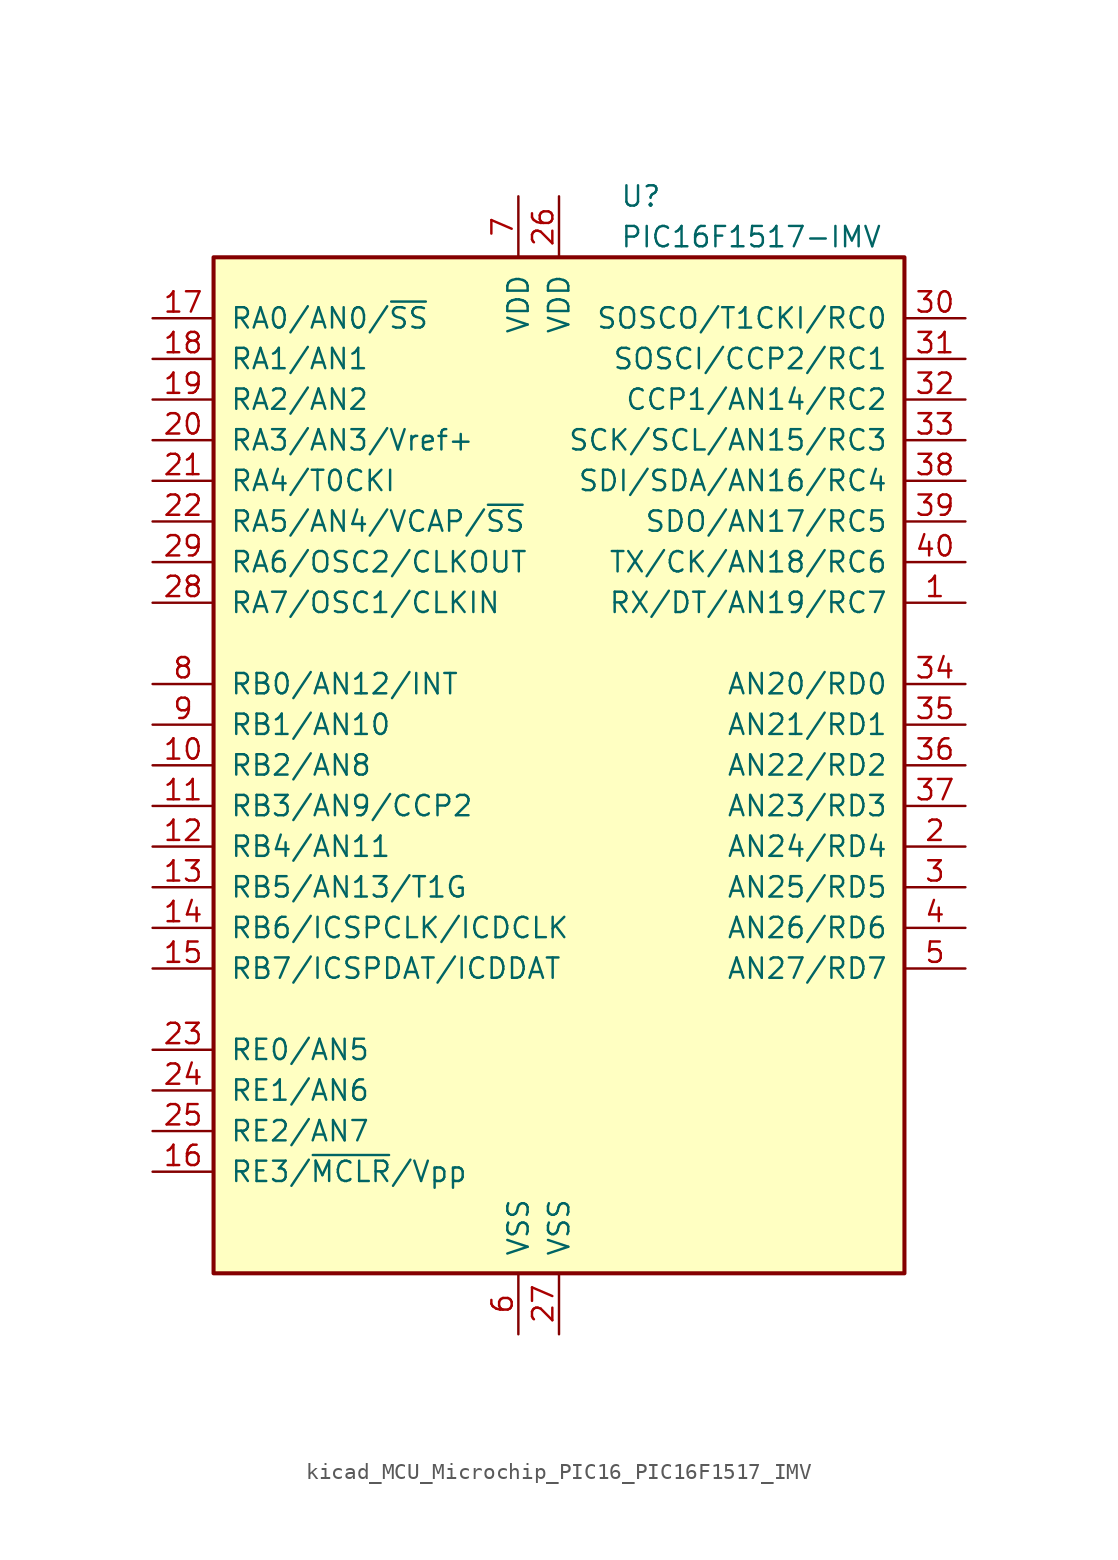
<source format=kicad_sym>
(kicad_symbol_lib
  (version 20220914)
  (generator kicad_symbol_editor)
  (symbol "kicad_MCU_Microchip_PIC16_PIC16F1517_IMV"
    (pin_names
      (offset 1.016))
    (property "Reference" "U"
      (at 3.81 35.56 0)
      (effects (font (size 1.27 1.27)) (justify left)))
    (property "Value" "PIC16F1517-IMV"
      (at 3.81 33.02 0)
      (effects (font (size 1.27 1.27)) (justify left)))
    (symbol "kicad_MCU_Microchip_PIC16_PIC16F1517_IMV_0_1"
      (rectangle (start -21.59 31.75) (end 21.59 -31.75) (stroke (width 0.254) (type default)) (fill (type background))))
    (symbol "kicad_MCU_Microchip_PIC16_PIC16F1517_IMV_1_1"
      (pin bidirectional line (at 25.4 10.16 180) (length 3.81) (name "RX/DT/AN19/RC7" (effects (font (size 1.27 1.27)))) (number "1" (effects (font (size 1.27 1.27)))))
      (pin bidirectional line (at -25.4 0 0) (length 3.81) (name "RB2/AN8" (effects (font (size 1.27 1.27)))) (number "10" (effects (font (size 1.27 1.27)))))
      (pin bidirectional line (at -25.4 -2.54 0) (length 3.81) (name "RB3/AN9/CCP2" (effects (font (size 1.27 1.27)))) (number "11" (effects (font (size 1.27 1.27)))))
      (pin bidirectional line (at -25.4 -5.08 0) (length 3.81) (name "RB4/AN11" (effects (font (size 1.27 1.27)))) (number "12" (effects (font (size 1.27 1.27)))))
      (pin bidirectional line (at -25.4 -7.62 0) (length 3.81) (name "RB5/AN13/T1G" (effects (font (size 1.27 1.27)))) (number "13" (effects (font (size 1.27 1.27)))))
      (pin bidirectional line (at -25.4 -10.16 0) (length 3.81) (name "RB6/ICSPCLK/ICDCLK" (effects (font (size 1.27 1.27)))) (number "14" (effects (font (size 1.27 1.27)))))
      (pin bidirectional line (at -25.4 -12.7 0) (length 3.81) (name "RB7/ICSPDAT/ICDDAT" (effects (font (size 1.27 1.27)))) (number "15" (effects (font (size 1.27 1.27)))))
      (pin input line (at -25.4 -25.4 0) (length 3.81) (name "RE3/~{MCLR}/Vpp" (effects (font (size 1.27 1.27)))) (number "16" (effects (font (size 1.27 1.27)))))
      (pin bidirectional line (at -25.4 27.94 0) (length 3.81) (name "RA0/AN0/~{SS}" (effects (font (size 1.27 1.27)))) (number "17" (effects (font (size 1.27 1.27)))))
      (pin bidirectional line (at -25.4 25.4 0) (length 3.81) (name "RA1/AN1" (effects (font (size 1.27 1.27)))) (number "18" (effects (font (size 1.27 1.27)))))
      (pin bidirectional line (at -25.4 22.86 0) (length 3.81) (name "RA2/AN2" (effects (font (size 1.27 1.27)))) (number "19" (effects (font (size 1.27 1.27)))))
      (pin bidirectional line (at 25.4 -5.08 180) (length 3.81) (name "AN24/RD4" (effects (font (size 1.27 1.27)))) (number "2" (effects (font (size 1.27 1.27)))))
      (pin bidirectional line (at -25.4 20.32 0) (length 3.81) (name "RA3/AN3/Vref+" (effects (font (size 1.27 1.27)))) (number "20" (effects (font (size 1.27 1.27)))))
      (pin bidirectional line (at -25.4 17.78 0) (length 3.81) (name "RA4/T0CKI" (effects (font (size 1.27 1.27)))) (number "21" (effects (font (size 1.27 1.27)))))
      (pin bidirectional line (at -25.4 15.24 0) (length 3.81) (name "RA5/AN4/VCAP/~{SS}" (effects (font (size 1.27 1.27)))) (number "22" (effects (font (size 1.27 1.27)))))
      (pin bidirectional line (at -25.4 -17.78 0) (length 3.81) (name "RE0/AN5" (effects (font (size 1.27 1.27)))) (number "23" (effects (font (size 1.27 1.27)))))
      (pin bidirectional line (at -25.4 -20.32 0) (length 3.81) (name "RE1/AN6" (effects (font (size 1.27 1.27)))) (number "24" (effects (font (size 1.27 1.27)))))
      (pin bidirectional line (at -25.4 -22.86 0) (length 3.81) (name "RE2/AN7" (effects (font (size 1.27 1.27)))) (number "25" (effects (font (size 1.27 1.27)))))
      (pin power_in line (at 0 35.56 270) (length 3.81) (name "VDD" (effects (font (size 1.27 1.27)))) (number "26" (effects (font (size 1.27 1.27)))))
      (pin power_in line (at 0 -35.56 90) (length 3.81) (name "VSS" (effects (font (size 1.27 1.27)))) (number "27" (effects (font (size 1.27 1.27)))))
      (pin bidirectional line (at -25.4 10.16 0) (length 3.81) (name "RA7/OSC1/CLKIN" (effects (font (size 1.27 1.27)))) (number "28" (effects (font (size 1.27 1.27)))))
      (pin bidirectional line (at -25.4 12.7 0) (length 3.81) (name "RA6/OSC2/CLKOUT" (effects (font (size 1.27 1.27)))) (number "29" (effects (font (size 1.27 1.27)))))
      (pin bidirectional line (at 25.4 -7.62 180) (length 3.81) (name "AN25/RD5" (effects (font (size 1.27 1.27)))) (number "3" (effects (font (size 1.27 1.27)))))
      (pin bidirectional line (at 25.4 27.94 180) (length 3.81) (name "SOSCO/T1CKI/RC0" (effects (font (size 1.27 1.27)))) (number "30" (effects (font (size 1.27 1.27)))))
      (pin bidirectional line (at 25.4 25.4 180) (length 3.81) (name "SOSCI/CCP2/RC1" (effects (font (size 1.27 1.27)))) (number "31" (effects (font (size 1.27 1.27)))))
      (pin bidirectional line (at 25.4 22.86 180) (length 3.81) (name "CCP1/AN14/RC2" (effects (font (size 1.27 1.27)))) (number "32" (effects (font (size 1.27 1.27)))))
      (pin bidirectional line (at 25.4 20.32 180) (length 3.81) (name "SCK/SCL/AN15/RC3" (effects (font (size 1.27 1.27)))) (number "33" (effects (font (size 1.27 1.27)))))
      (pin bidirectional line (at 25.4 5.08 180) (length 3.81) (name "AN20/RD0" (effects (font (size 1.27 1.27)))) (number "34" (effects (font (size 1.27 1.27)))))
      (pin bidirectional line (at 25.4 2.54 180) (length 3.81) (name "AN21/RD1" (effects (font (size 1.27 1.27)))) (number "35" (effects (font (size 1.27 1.27)))))
      (pin bidirectional line (at 25.4 0 180) (length 3.81) (name "AN22/RD2" (effects (font (size 1.27 1.27)))) (number "36" (effects (font (size 1.27 1.27)))))
      (pin bidirectional line (at 25.4 -2.54 180) (length 3.81) (name "AN23/RD3" (effects (font (size 1.27 1.27)))) (number "37" (effects (font (size 1.27 1.27)))))
      (pin bidirectional line (at 25.4 17.78 180) (length 3.81) (name "SDI/SDA/AN16/RC4" (effects (font (size 1.27 1.27)))) (number "38" (effects (font (size 1.27 1.27)))))
      (pin bidirectional line (at 25.4 15.24 180) (length 3.81) (name "SDO/AN17/RC5" (effects (font (size 1.27 1.27)))) (number "39" (effects (font (size 1.27 1.27)))))
      (pin bidirectional line (at 25.4 -10.16 180) (length 3.81) (name "AN26/RD6" (effects (font (size 1.27 1.27)))) (number "4" (effects (font (size 1.27 1.27)))))
      (pin bidirectional line (at 25.4 12.7 180) (length 3.81) (name "TX/CK/AN18/RC6" (effects (font (size 1.27 1.27)))) (number "40" (effects (font (size 1.27 1.27)))))
      (pin bidirectional line (at 25.4 -12.7 180) (length 3.81) (name "AN27/RD7" (effects (font (size 1.27 1.27)))) (number "5" (effects (font (size 1.27 1.27)))))
      (pin power_in line (at -2.54 -35.56 90) (length 3.81) (name "VSS" (effects (font (size 1.27 1.27)))) (number "6" (effects (font (size 1.27 1.27)))))
      (pin power_in line (at -2.54 35.56 270) (length 3.81) (name "VDD" (effects (font (size 1.27 1.27)))) (number "7" (effects (font (size 1.27 1.27)))))
      (pin bidirectional line (at -25.4 5.08 0) (length 3.81) (name "RB0/AN12/INT" (effects (font (size 1.27 1.27)))) (number "8" (effects (font (size 1.27 1.27)))))
      (pin bidirectional line (at -25.4 2.54 0) (length 3.81) (name "RB1/AN10" (effects (font (size 1.27 1.27)))) (number "9" (effects (font (size 1.27 1.27))))))))
</source>
